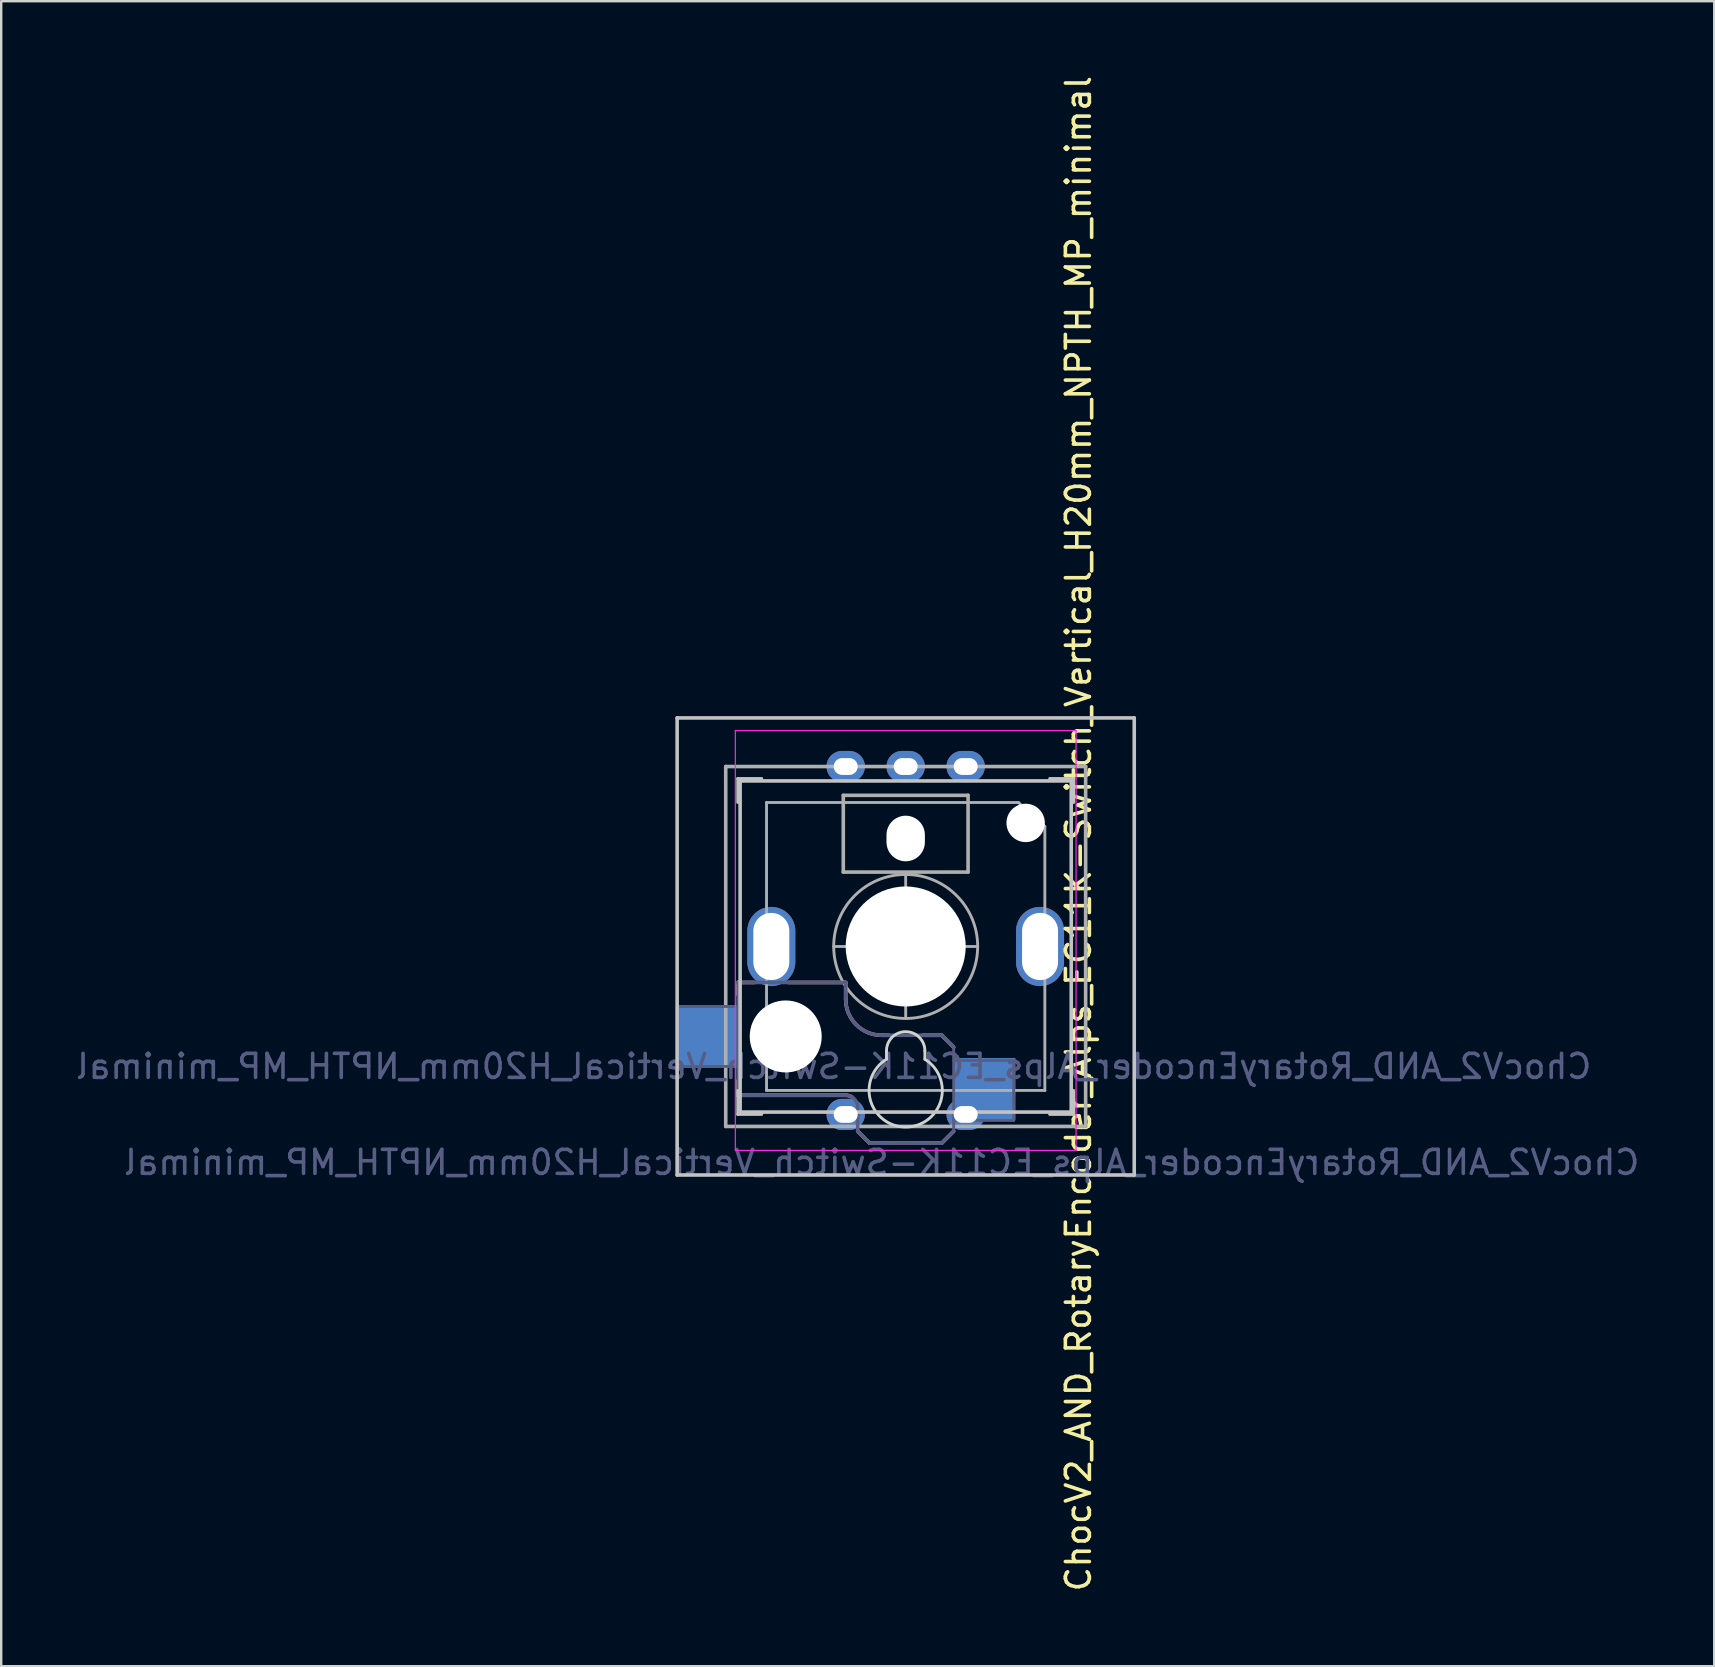
<source format=kicad_pcb>
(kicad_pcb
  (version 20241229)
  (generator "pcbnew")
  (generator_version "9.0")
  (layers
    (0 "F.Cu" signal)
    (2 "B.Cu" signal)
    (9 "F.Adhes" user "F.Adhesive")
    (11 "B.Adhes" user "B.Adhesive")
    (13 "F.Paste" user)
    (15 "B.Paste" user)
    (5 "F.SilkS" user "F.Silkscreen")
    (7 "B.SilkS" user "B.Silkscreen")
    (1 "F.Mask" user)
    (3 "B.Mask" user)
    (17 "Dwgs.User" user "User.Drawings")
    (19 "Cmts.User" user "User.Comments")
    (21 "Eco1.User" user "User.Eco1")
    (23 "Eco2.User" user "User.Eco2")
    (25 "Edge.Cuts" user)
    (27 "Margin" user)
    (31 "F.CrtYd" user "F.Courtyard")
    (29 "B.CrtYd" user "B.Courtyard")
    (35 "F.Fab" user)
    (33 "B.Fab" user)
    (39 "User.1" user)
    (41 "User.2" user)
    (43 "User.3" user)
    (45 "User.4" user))
  (footprint "ChocV2_AND_RotaryEncoder_Alps_EC11K-Switch_Vertical_H20mm_NPTH_MP_minimal"
    (layer "F.Cu")
    (at 34.696 36.396)
    (property "Reference" "ChocV2_AND_RotaryEncoder_Alps_EC11K-Switch_Vertical_H20mm_NPTH_MP_minimal" (at 7.2 -4.7 270) (layer "F.SilkS") (effects (font (size 1 1) (thickness 0.15))))
    (property "Value" "ChocV2_AND_RotaryEncoder_Alps_EC11K-Switch_Vertical_H20mm_NPTH_MP_minimal" (at 0 9.5 0) (layer "F.Fab") (hide yes) (effects (font (size 1 1) (thickness 0.15))))
    (attr through_hole)
    (fp_line (start -7 1.5) (end -7 2) (stroke (width 0.15) (type solid)) (layer "B.SilkS"))
    (fp_line (start -7 5.6) (end -7 6.2) (stroke (width 0.15) (type solid)) (layer "B.SilkS"))
    (fp_line (start -7 6.2) (end -2.5 6.2) (stroke (width 0.15) (type solid)) (layer "B.SilkS"))
    (fp_line (start -6.3 1.5) (end -7 1.5) (stroke (width 0.15) (type solid)) (layer "B.SilkS"))
    (fp_line (start -2.5 1.5) (end -4.9 1.5) (stroke (width 0.15) (type solid)) (layer "B.SilkS"))
    (fp_line (start -2.5 2.2) (end -2.5 1.5) (stroke (width 0.15) (type solid)) (layer "B.SilkS"))
    (fp_line (start -1.5 8.2) (end -2 7.7) (stroke (width 0.15) (type solid)) (layer "B.SilkS"))
    (fp_line (start -0.7 3.7) (end -1 3.7) (stroke (width 0.15) (type solid)) (layer "B.SilkS"))
    (fp_line (start 1.5 3.7) (end 0.7 3.7) (stroke (width 0.15) (type solid)) (layer "B.SilkS"))
    (fp_line (start 1.5 8.2) (end -1.5 8.2) (stroke (width 0.15) (type solid)) (layer "B.SilkS"))
    (fp_line (start 2 4.2) (end 1.5 3.7) (stroke (width 0.15) (type solid)) (layer "B.SilkS"))
    (fp_line (start 2 7.7) (end 1.5 8.2) (stroke (width 0.15) (type solid)) (layer "B.SilkS"))
    (fp_arc (start -2.5 6.2) (mid -2.356021 6.221845) (end -2.225 6.285412) (stroke (width 0.15) (type solid)) (layer "B.SilkS"))
    (fp_arc (start -1 3.7) (mid -2.06066 3.26066) (end -2.5 2.2) (stroke (width 0.15) (type solid)) (layer "B.SilkS"))
    (fp_line (start -9.525 -9.525) (end 9.525 -9.525) (stroke (width 0.15) (type solid)) (layer "Dwgs.User"))
    (fp_line (start -9.525 9.525) (end -9.525 -9.525) (stroke (width 0.15) (type solid)) (layer "Dwgs.User"))
    (fp_line (start -7 -7) (end -7 -6) (stroke (width 0.12) (type solid)) (layer "Dwgs.User"))
    (fp_line (start -7 -7) (end -6 -7) (stroke (width 0.12) (type solid)) (layer "Dwgs.User"))
    (fp_line (start -7 7) (end -7 6) (stroke (width 0.12) (type solid)) (layer "Dwgs.User"))
    (fp_line (start -7 7) (end -6 7) (stroke (width 0.12) (type solid)) (layer "Dwgs.User"))
    (fp_line (start -6.9 6.9) (end -6.9 -6.9) (stroke (width 0.15) (type solid)) (layer "Dwgs.User"))
    (fp_line (start -6.9 6.9) (end 6.9 6.9) (stroke (width 0.15) (type solid)) (layer "Dwgs.User"))
    (fp_line (start 6.9 -6.9) (end -6.9 -6.9) (stroke (width 0.15) (type solid)) (layer "Dwgs.User"))
    (fp_line (start 6.9 -6.9) (end 6.9 6.9) (stroke (width 0.15) (type solid)) (layer "Dwgs.User"))
    (fp_line (start 7 -7) (end 6 -7) (stroke (width 0.12) (type solid)) (layer "Dwgs.User"))
    (fp_line (start 7 -7) (end 7 -6) (stroke (width 0.12) (type solid)) (layer "Dwgs.User"))
    (fp_line (start 7 7) (end 6 7) (stroke (width 0.12) (type solid)) (layer "Dwgs.User"))
    (fp_line (start 7 7) (end 7 6) (stroke (width 0.12) (type solid)) (layer "Dwgs.User"))
    (fp_line (start 9.525 -9.525) (end 9.525 9.525) (stroke (width 0.15) (type solid)) (layer "Dwgs.User"))
    (fp_line (start 9.525 9.525) (end -9.525 9.525) (stroke (width 0.15) (type solid)) (layer "Dwgs.User"))
    (fp_line (start -0.8 4.35) (end -0.8 4.7) (stroke (width 0.12) (type default)) (layer "Edge.Cuts"))
    (fp_line (start 0.8 4.35) (end 0.8 4.7) (stroke (width 0.12) (type default)) (layer "Edge.Cuts"))
    (fp_arc (start -0.8 4.35) (mid 0 3.55) (end 0.8 4.35) (stroke (width 0.12) (type default)) (layer "Edge.Cuts"))
    (fp_arc (start 0.8 4.700001) (mid 0 7.526433) (end -0.8 4.700001) (stroke (width 0.12) (type default)) (layer "Edge.Cuts"))
    (fp_line (start -7.1 8.5) (end -7.1 -9) (stroke (width 0.05) (type solid)) (layer "F.CrtYd"))
    (fp_line (start -7.1 8.5) (end 7.1 8.5) (stroke (width 0.05) (type solid)) (layer "F.CrtYd"))
    (fp_line (start 7.1 -9) (end -7.1 -9) (stroke (width 0.05) (type solid)) (layer "F.CrtYd"))
    (fp_line (start 7.1 -9) (end 7.1 8.5) (stroke (width 0.05) (type solid)) (layer "F.CrtYd"))
    (fp_line (start -9.5 2.5) (end -7 2.5) (stroke (width 0.12) (type solid)) (layer "B.Fab"))
    (fp_line (start -9.5 5) (end -9.5 2.5) (stroke (width 0.12) (type solid)) (layer "B.Fab"))
    (fp_line (start -7 1.5) (end -7 6.2) (stroke (width 0.12) (type solid)) (layer "B.Fab"))
    (fp_line (start -7 5) (end -9.5 5) (stroke (width 0.12) (type solid)) (layer "B.Fab"))
    (fp_line (start -7 6.2) (end -2.5 6.2) (stroke (width 0.15) (type solid)) (layer "B.Fab"))
    (fp_line (start -2.5 1.5) (end -7 1.5) (stroke (width 0.15) (type solid)) (layer "B.Fab"))
    (fp_line (start -2.5 2.2) (end -2.5 1.5) (stroke (width 0.15) (type solid)) (layer "B.Fab"))
    (fp_line (start -2 6.7) (end -2 7.7) (stroke (width 0.15) (type solid)) (layer "B.Fab"))
    (fp_line (start -1.5 8.2) (end -2 7.7) (stroke (width 0.15) (type solid)) (layer "B.Fab"))
    (fp_line (start 1.5 3.7) (end -1 3.7) (stroke (width 0.15) (type solid)) (layer "B.Fab"))
    (fp_line (start 1.5 8.2) (end -1.5 8.2) (stroke (width 0.15) (type solid)) (layer "B.Fab"))
    (fp_line (start 2 4.2) (end 1.5 3.7) (stroke (width 0.15) (type solid)) (layer "B.Fab"))
    (fp_line (start 2 4.25) (end 2 7.7) (stroke (width 0.12) (type solid)) (layer "B.Fab"))
    (fp_line (start 2 4.75) (end 4.5 4.75) (stroke (width 0.12) (type solid)) (layer "B.Fab"))
    (fp_line (start 2 7.7) (end 1.5 8.2) (stroke (width 0.15) (type solid)) (layer "B.Fab"))
    (fp_line (start 4.5 4.75) (end 4.5 7.25) (stroke (width 0.12) (type solid)) (layer "B.Fab"))
    (fp_line (start 4.5 7.25) (end 2 7.25) (stroke (width 0.12) (type solid)) (layer "B.Fab"))
    (fp_arc (start -2.5 6.2) (mid -2.146447 6.346447) (end -2 6.7) (stroke (width 0.15) (type solid)) (layer "B.Fab"))
    (fp_arc (start -1 3.7) (mid -2.06066 3.26066) (end -2.5 2.2) (stroke (width 0.15) (type solid)) (layer "B.Fab"))
    (fp_line (start -7.5 -7.5) (end 7.5 -7.5) (stroke (width 0.15) (type solid)) (layer "F.Fab"))
    (fp_line (start -7.5 7.5) (end -7.5 -7.5) (stroke (width 0.15) (type solid)) (layer "F.Fab"))
    (fp_line (start -5.8 -6) (end 4.7 -6) (stroke (width 0.12) (type solid)) (layer "F.Fab"))
    (fp_line (start -5.8 6) (end -5.8 -6) (stroke (width 0.12) (type solid)) (layer "F.Fab"))
    (fp_line (start -2.6 -3.1) (end -2.6 -6.3) (stroke (width 0.15) (type solid)) (layer "F.Fab"))
    (fp_line (start -2.6 -3.1) (end 2.6 -3.1) (stroke (width 0.15) (type solid)) (layer "F.Fab"))
    (fp_line (start 0 -3) (end 0 3) (stroke (width 0.12) (type solid)) (layer "F.Fab"))
    (fp_line (start 2.6 -6.3) (end -2.6 -6.3) (stroke (width 0.15) (type solid)) (layer "F.Fab"))
    (fp_line (start 2.6 -3.1) (end 2.6 -6.3) (stroke (width 0.15) (type solid)) (layer "F.Fab"))
    (fp_line (start 3 0) (end -3 0) (stroke (width 0.12) (type solid)) (layer "F.Fab"))
    (fp_line (start 4.7 -6) (end 5.8 -5) (stroke (width 0.12) (type solid)) (layer "F.Fab"))
    (fp_line (start 5.8 -5) (end 5.8 6) (stroke (width 0.12) (type solid)) (layer "F.Fab"))
    (fp_line (start 5.8 6) (end -5.8 6) (stroke (width 0.12) (type solid)) (layer "F.Fab"))
    (fp_line (start 7.5 -7.5) (end 7.5 7.5) (stroke (width 0.15) (type solid)) (layer "F.Fab"))
    (fp_line (start 7.5 7.5) (end -7.5 7.5) (stroke (width 0.15) (type solid)) (layer "F.Fab"))
    (fp_circle (center 0 0) (end 0 3) (stroke (width 0.12) (type solid)) (fill no) (layer "F.Fab"))
    (fp_text user "${VALUE}" (at -1 9 0) (layer "B.Fab") (effects (font (size 1 1) (thickness 0.15)) (justify mirror)))
    (fp_text user "${REFERENCE}" (at -3 5 0) (layer "B.Fab") (effects (font (size 1 1) (thickness 0.15)) (justify mirror)))
    (pad "" thru_hole oval (at -5.6 0 270) (size 3.3 2) (drill oval 2.8 1.5) (layers "*.Cu" "*.Mask"))
    (pad "" np_thru_hole circle (at -5 3.75) (size 3 3) (drill 3) (layers "*.Cu" "*.Mask"))
    (pad "" np_thru_hole oval (at 0 -4.5 270) (size 1.9 1.6) (drill oval 1.9 1.6) (layers "*.Cu" "*.Mask"))
    (pad "" np_thru_hole circle (at 0 0) (size 5 5) (drill 5) (layers "*.Cu" "*.Mask"))
    (pad "" np_thru_hole circle (at 5 -5.15) (size 1.6 1.6) (drill 1.6) (layers "*.Cu" "*.Mask"))
    (pad "" thru_hole oval (at 5.6 0 270) (size 3.3 2) (drill oval 2.8 1.5) (layers "*.Cu" "*.Mask"))
    (pad "A" thru_hole oval (at 2.5 -7.5) (size 1.6 1.3) (drill oval 1 0.7) (layers "*.Cu" "*.Mask"))
    (pad "B" thru_hole oval (at -2.5 -7.5) (size 1.6 1.3) (drill oval 1 0.7) (layers "*.Cu" "*.Mask"))
    (pad "C" thru_hole oval (at 0 -7.5) (size 1.6 1.3) (drill oval 1 0.7) (layers "*.Cu" "*.Mask"))
    (pad "S1" thru_hole oval (at 2.5 7) (size 1.6 1.3) (drill oval 1 0.7) (layers "*.Cu" "*.Mask"))
    (pad "S1" smd rect (at 3.275 5.95) (size 2.6 2.6) (layers "B.Cu" "B.Mask" "B.Paste"))
    (pad "S2" smd rect (at -8.275 3.75) (size 2.6 2.6) (layers "B.Cu" "B.Mask" "B.Paste"))
    (pad "S2" thru_hole oval (at -2.5 7) (size 1.6 1.3) (drill oval 1 0.7) (layers "*.Cu" "*.Mask")))
  (gr_rect
    (start -3 -3)
    (end 68.393 66.393)
    (stroke (width 0.1) (type default))
    (fill no)
    (layer "Edge.Cuts")))
</source>
